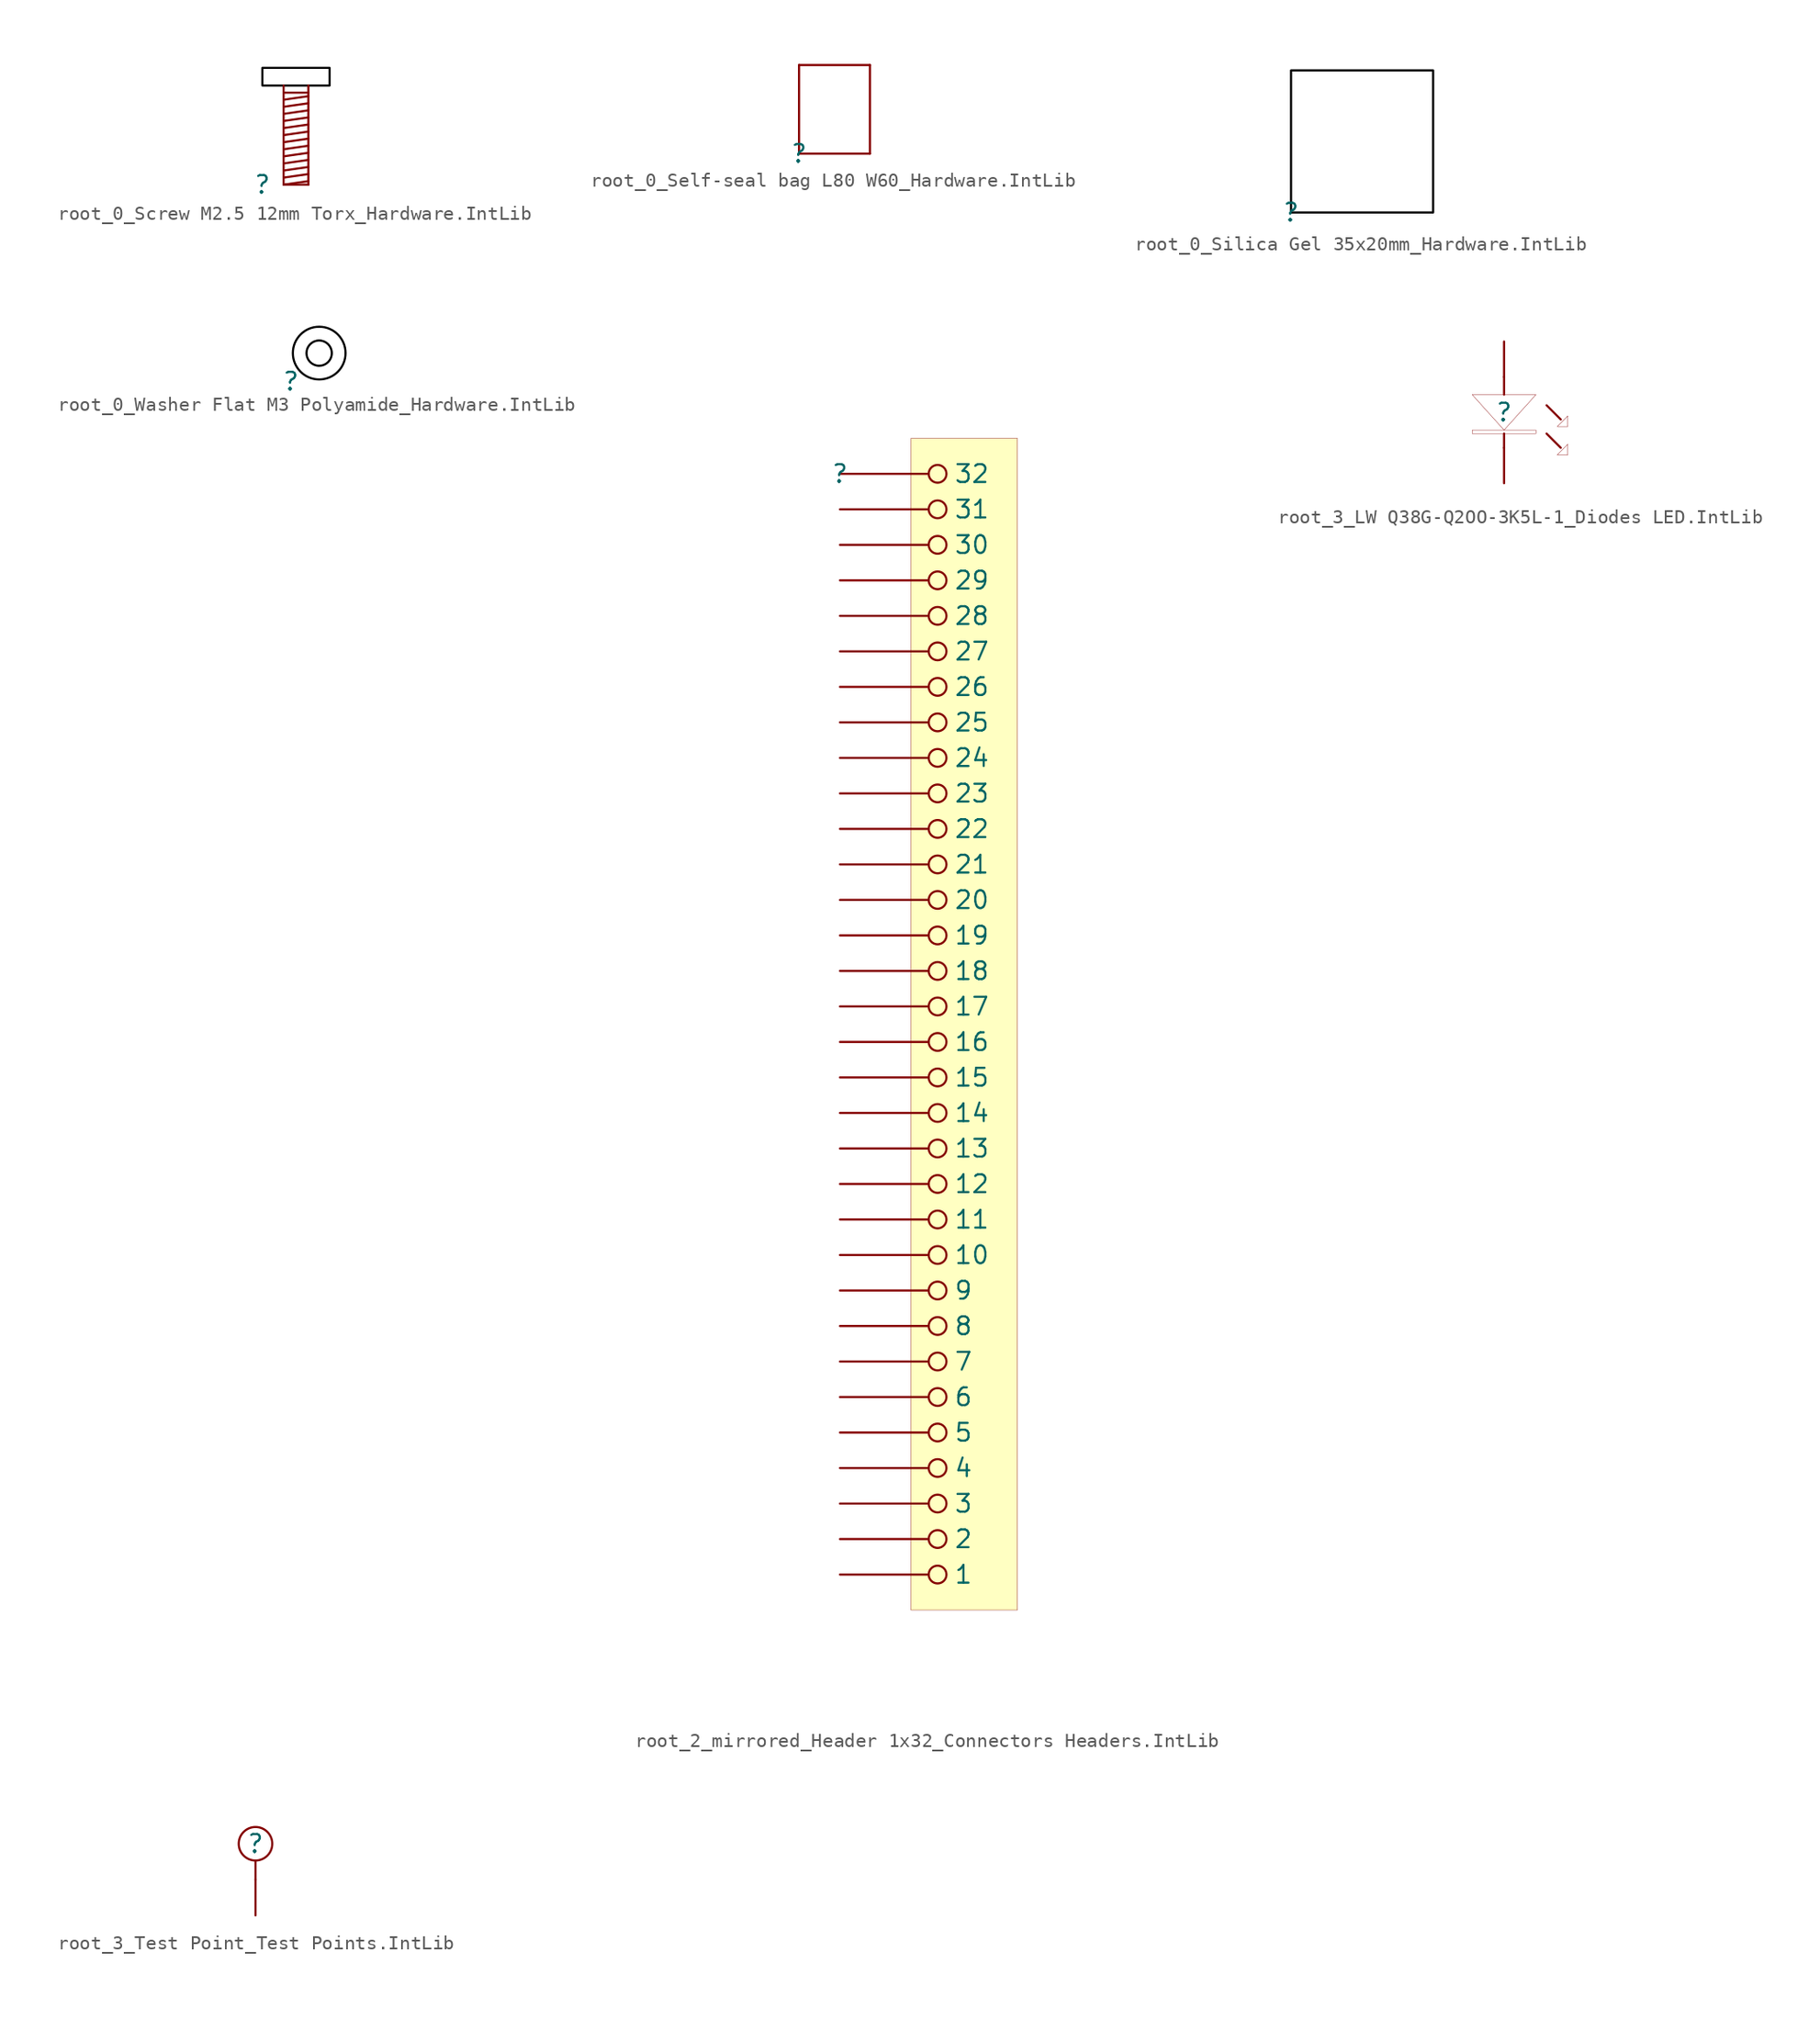
<source format=kicad_sym>
(kicad_symbol_lib
  (version 20241209)
  (generator "kicad_symbol_editor")
  (generator_version "9.0")
  (symbol "root_0_Screw M2.5 12mm Torx_Hardware.IntLib"
    (pin_numbers
      (hide yes))
    (pin_names
      (hide yes))
    (property "Reference" ""
      (at 0 0 0)
      (effects (font (size 1.27 1.27))))
    (property "Value" ""
      (at 0 0 0)
      (effects (font (size 1.27 1.27))))
    (symbol "root_0_Screw M2.5 12mm Torx_Hardware.IntLib_1_0"
      (rectangle (start 0 8.382) (end 4.826 7.112) (stroke (width 0) (type solid) (color 0 0 0 1)) (fill (type color) (color 255 255 255 1)))
      (polyline (pts (xy 1.524 6.604) (xy 3.302 6.604)) (stroke (width 0) (type solid)) (fill (type none)))
      (polyline (pts (xy 1.524 6.096) (xy 3.302 6.35)) (stroke (width 0) (type solid)) (fill (type none)))
      (polyline (pts (xy 1.524 5.588) (xy 3.302 5.842)) (stroke (width 0) (type solid)) (fill (type none)))
      (polyline (pts (xy 1.524 3.048) (xy 3.302 3.302)) (stroke (width 0) (type solid)) (fill (type none)))
      (polyline (pts (xy 1.524 2.54) (xy 3.302 2.794)) (stroke (width 0) (type solid)) (fill (type none)))
      (polyline (pts (xy 1.524 2.032) (xy 3.302 2.286)) (stroke (width 0) (type solid)) (fill (type none)))
      (polyline (pts (xy 1.524 1.524) (xy 3.302 1.778)) (stroke (width 0) (type solid)) (fill (type none)))
      (polyline (pts (xy 1.524 1.016) (xy 3.302 1.27)) (stroke (width 0) (type solid)) (fill (type none)))
      (polyline (pts (xy 1.524 0.508) (xy 3.302 0.762)) (stroke (width 0) (type solid)) (fill (type none)))
      (polyline (pts (xy 1.524 0) (xy 1.524 7.112)) (stroke (width 0) (type solid)) (fill (type none)))
      (polyline (pts (xy 1.524 0) (xy 3.302 0.254)) (stroke (width 0) (type solid)) (fill (type none)))
      (polyline (pts (xy 1.524 0) (xy 3.302 0)) (stroke (width 0) (type solid)) (fill (type none)))
      (polyline (pts (xy 3.302 5.334) (xy 1.524 5.08)) (stroke (width 0) (type solid)) (fill (type none)))
      (polyline (pts (xy 3.302 4.826) (xy 1.524 4.572)) (stroke (width 0) (type solid)) (fill (type none)))
      (polyline (pts (xy 3.302 4.318) (xy 1.524 4.064)) (stroke (width 0) (type solid)) (fill (type none)))
      (polyline (pts (xy 3.302 3.81) (xy 1.524 3.556)) (stroke (width 0) (type solid)) (fill (type none)))
      (polyline (pts (xy 3.302 0) (xy 3.302 7.112)) (stroke (width 0) (type solid)) (fill (type none)))))
  (symbol "root_0_Self-seal bag L80 W60_Hardware.IntLib"
    (pin_numbers
      (hide yes))
    (pin_names
      (hide yes))
    (property "Reference" ""
      (at 0 0 0)
      (effects (font (size 1.27 1.27))))
    (property "Value" ""
      (at 0 0 0)
      (effects (font (size 1.27 1.27))))
    (symbol "root_0_Self-seal bag L80 W60_Hardware.IntLib_1_0"
      (polyline (pts (xy 0 6.35) (xy 0 0)) (stroke (width 0) (type solid)) (fill (type none)))
      (polyline (pts (xy 5.08 6.35) (xy 0 6.35)) (stroke (width 0) (type solid)) (fill (type none)))
      (polyline (pts (xy 5.08 6.35) (xy 5.08 0)) (stroke (width 0) (type solid)) (fill (type none)))
      (polyline (pts (xy 5.08 0) (xy 0 0)) (stroke (width 0) (type solid)) (fill (type none)))))
  (symbol "root_0_Silica Gel 35x20mm_Hardware.IntLib"
    (pin_numbers
      (hide yes))
    (pin_names
      (hide yes))
    (property "Reference" ""
      (at 0 0 0)
      (effects (font (size 1.27 1.27))))
    (property "Value" ""
      (at 0 0 0)
      (effects (font (size 1.27 1.27))))
    (symbol "root_0_Silica Gel 35x20mm_Hardware.IntLib_1_0"
      (rectangle (start 10.16 10.16) (end 0 0) (stroke (width 0) (type solid) (color 0 0 0 1)) (fill (type color) (color 255 255 255 0.5)))))
  (symbol "root_0_Washer Flat M3 Polyamide_Hardware.IntLib"
    (pin_numbers
      (hide yes))
    (pin_names
      (hide yes))
    (property "Reference" ""
      (at 0 0 0)
      (effects (font (size 1.27 1.27))))
    (property "Value" ""
      (at 0 0 0)
      (effects (font (size 1.27 1.27))))
    (symbol "root_0_Washer Flat M3 Polyamide_Hardware.IntLib_1_0"
      (circle (center 2.032 2.032) (radius 1.89) (stroke (width 0) (type solid) (color 0 0 0 1)) (fill (type none)))
      (arc (start 2.936 2.0265) (mid 1.128 2.0348) (end 2.936 2.032) (stroke (width 0) (type solid) (color 0 0 0 1)) (fill (type none)))))
  (symbol "root_2_mirrored_Header 1x32_Connectors Headers.IntLib"
    (pin_numbers
      (hide yes))
    (property "Reference" ""
      (at 0 0 0)
      (effects (font (size 1.27 1.27))))
    (property "Value" ""
      (at 0 0 0)
      (effects (font (size 1.27 1.27))))
    (symbol "root_2_mirrored_Header 1x32_Connectors Headers.IntLib_1_0"
      (rectangle (start 12.7 2.54) (end 5.08 -81.28) (stroke (width 0.025) (type solid) (color 128 0 0 1)) (fill (type background)))
      (pin passive inverted (at 0 0 0) (length 7.62) (name "32" (effects (font (size 1.27 1.27)))) (number "32" (effects (font (size 1.27 1.27)))))
      (pin passive inverted (at 0 -2.54 0) (length 7.62) (name "31" (effects (font (size 1.27 1.27)))) (number "31" (effects (font (size 1.27 1.27)))))
      (pin passive inverted (at 0 -5.08 0) (length 7.62) (name "30" (effects (font (size 1.27 1.27)))) (number "30" (effects (font (size 1.27 1.27)))))
      (pin passive inverted (at 0 -7.62 0) (length 7.62) (name "29" (effects (font (size 1.27 1.27)))) (number "29" (effects (font (size 1.27 1.27)))))
      (pin passive inverted (at 0 -10.16 0) (length 7.62) (name "28" (effects (font (size 1.27 1.27)))) (number "28" (effects (font (size 1.27 1.27)))))
      (pin passive inverted (at 0 -12.7 0) (length 7.62) (name "27" (effects (font (size 1.27 1.27)))) (number "27" (effects (font (size 1.27 1.27)))))
      (pin passive inverted (at 0 -15.24 0) (length 7.62) (name "26" (effects (font (size 1.27 1.27)))) (number "26" (effects (font (size 1.27 1.27)))))
      (pin passive inverted (at 0 -17.78 0) (length 7.62) (name "25" (effects (font (size 1.27 1.27)))) (number "25" (effects (font (size 1.27 1.27)))))
      (pin passive inverted (at 0 -20.32 0) (length 7.62) (name "24" (effects (font (size 1.27 1.27)))) (number "24" (effects (font (size 1.27 1.27)))))
      (pin passive inverted (at 0 -22.86 0) (length 7.62) (name "23" (effects (font (size 1.27 1.27)))) (number "23" (effects (font (size 1.27 1.27)))))
      (pin passive inverted (at 0 -25.4 0) (length 7.62) (name "22" (effects (font (size 1.27 1.27)))) (number "22" (effects (font (size 1.27 1.27)))))
      (pin passive inverted (at 0 -27.94 0) (length 7.62) (name "21" (effects (font (size 1.27 1.27)))) (number "21" (effects (font (size 1.27 1.27)))))
      (pin passive inverted (at 0 -30.48 0) (length 7.62) (name "20" (effects (font (size 1.27 1.27)))) (number "20" (effects (font (size 1.27 1.27)))))
      (pin passive inverted (at 0 -33.02 0) (length 7.62) (name "19" (effects (font (size 1.27 1.27)))) (number "19" (effects (font (size 1.27 1.27)))))
      (pin passive inverted (at 0 -35.56 0) (length 7.62) (name "18" (effects (font (size 1.27 1.27)))) (number "18" (effects (font (size 1.27 1.27)))))
      (pin passive inverted (at 0 -38.1 0) (length 7.62) (name "17" (effects (font (size 1.27 1.27)))) (number "17" (effects (font (size 1.27 1.27)))))
      (pin passive inverted (at 0 -40.64 0) (length 7.62) (name "16" (effects (font (size 1.27 1.27)))) (number "16" (effects (font (size 1.27 1.27)))))
      (pin passive inverted (at 0 -43.18 0) (length 7.62) (name "15" (effects (font (size 1.27 1.27)))) (number "15" (effects (font (size 1.27 1.27)))))
      (pin passive inverted (at 0 -45.72 0) (length 7.62) (name "14" (effects (font (size 1.27 1.27)))) (number "14" (effects (font (size 1.27 1.27)))))
      (pin passive inverted (at 0 -48.26 0) (length 7.62) (name "13" (effects (font (size 1.27 1.27)))) (number "13" (effects (font (size 1.27 1.27)))))
      (pin passive inverted (at 0 -50.8 0) (length 7.62) (name "12" (effects (font (size 1.27 1.27)))) (number "12" (effects (font (size 1.27 1.27)))))
      (pin passive inverted (at 0 -53.34 0) (length 7.62) (name "11" (effects (font (size 1.27 1.27)))) (number "11" (effects (font (size 1.27 1.27)))))
      (pin passive inverted (at 0 -55.88 0) (length 7.62) (name "10" (effects (font (size 1.27 1.27)))) (number "10" (effects (font (size 1.27 1.27)))))
      (pin passive inverted (at 0 -58.42 0) (length 7.62) (name "9" (effects (font (size 1.27 1.27)))) (number "9" (effects (font (size 1.27 1.27)))))
      (pin passive inverted (at 0 -60.96 0) (length 7.62) (name "8" (effects (font (size 1.27 1.27)))) (number "8" (effects (font (size 1.27 1.27)))))
      (pin passive inverted (at 0 -63.5 0) (length 7.62) (name "7" (effects (font (size 1.27 1.27)))) (number "7" (effects (font (size 1.27 1.27)))))
      (pin passive inverted (at 0 -66.04 0) (length 7.62) (name "6" (effects (font (size 1.27 1.27)))) (number "6" (effects (font (size 1.27 1.27)))))
      (pin passive inverted (at 0 -68.58 0) (length 7.62) (name "5" (effects (font (size 1.27 1.27)))) (number "5" (effects (font (size 1.27 1.27)))))
      (pin passive inverted (at 0 -71.12 0) (length 7.62) (name "4" (effects (font (size 1.27 1.27)))) (number "4" (effects (font (size 1.27 1.27)))))
      (pin passive inverted (at 0 -73.66 0) (length 7.62) (name "3" (effects (font (size 1.27 1.27)))) (number "3" (effects (font (size 1.27 1.27)))))
      (pin passive inverted (at 0 -76.2 0) (length 7.62) (name "2" (effects (font (size 1.27 1.27)))) (number "2" (effects (font (size 1.27 1.27)))))
      (pin passive inverted (at 0 -78.74 0) (length 7.62) (name "1" (effects (font (size 1.27 1.27)))) (number "1" (effects (font (size 1.27 1.27)))))))
  (symbol "root_3_LW Q38G-Q2OO-3K5L-1_Diodes LED.IntLib"
    (pin_numbers
      (hide yes))
    (pin_names
      (hide yes))
    (property "Reference" ""
      (at 0 0 0)
      (effects (font (size 1.27 1.27))))
    (property "Value" ""
      (at 0 0 0)
      (effects (font (size 1.27 1.27))))
    (symbol "root_3_LW Q38G-Q2OO-3K5L-1_Diodes LED.IntLib_1_0"
      (polyline (pts (xy 0 2.54) (xy 0 1.27)) (stroke (width 0) (type solid)) (fill (type none)))
      (polyline (pts (xy 0 -1.524) (xy 0 -2.54)) (stroke (width 0) (type solid)) (fill (type none)))
      (polyline (pts (xy 2.286 1.27) (xy 0 -1.27) (xy -2.286 1.27) (xy 2.286 1.27)) (stroke (width 0.025) (type solid)) (fill (type color) (color 255 255 255 1)))
      (polyline (pts (xy 2.286 -1.27) (xy 2.286 -1.524) (xy -2.286 -1.524) (xy -2.286 -1.27) (xy 2.286 -1.27)) (stroke (width 0.025) (type solid)) (fill (type color) (color 255 255 255 1)))
      (polyline (pts (xy 4.064 -0.508) (xy 3.048 0.508)) (stroke (width 0) (type solid)) (fill (type none)))
      (polyline (pts (xy 4.064 -2.54) (xy 3.048 -1.524)) (stroke (width 0) (type solid)) (fill (type none)))
      (polyline (pts (xy 4.572 -0.254) (xy 4.572 -1.016) (xy 3.81 -1.016) (xy 4.572 -0.254)) (stroke (width 0.025) (type solid)) (fill (type color) (color 255 255 255 1)))
      (polyline (pts (xy 4.572 -2.286) (xy 4.572 -3.048) (xy 3.81 -3.048) (xy 4.572 -2.286)) (stroke (width 0.025) (type solid)) (fill (type color) (color 255 255 255 1)))
      (pin passive line (at 0 5.08 270) (length 2.54) (name "A" (effects (font (size 1.27 1.27)))) (number "2" (effects (font (size 1.27 1.27)))))
      (pin passive line (at 0 -5.08 90) (length 2.54) (name "K" (effects (font (size 1.27 1.27)))) (number "1" (effects (font (size 1.27 1.27)))))))
  (symbol "root_3_Test Point_Test Points.IntLib"
    (pin_numbers
      (hide yes))
    (pin_names
      (hide yes))
    (property "Reference" ""
      (at 0 0 0)
      (effects (font (size 1.27 1.27))))
    (property "Value" ""
      (at 0 0 0)
      (effects (font (size 1.27 1.27))))
    (symbol "root_3_Test Point_Test Points.IntLib_1_0"
      (circle (center 0 0) (radius 1.189) (stroke (width 0) (type solid)) (fill (type none)))
      (polyline (pts (xy 0 -2.54) (xy 0 -1.27)) (stroke (width 0) (type solid)) (fill (type none)))
      (pin passive line (at 0 -5.08 90) (length 2.54) (name "TP" (effects (font (size 1.27 1.27)))) (number "1" (effects (font (size 1.27 1.27))))))))
</source>
